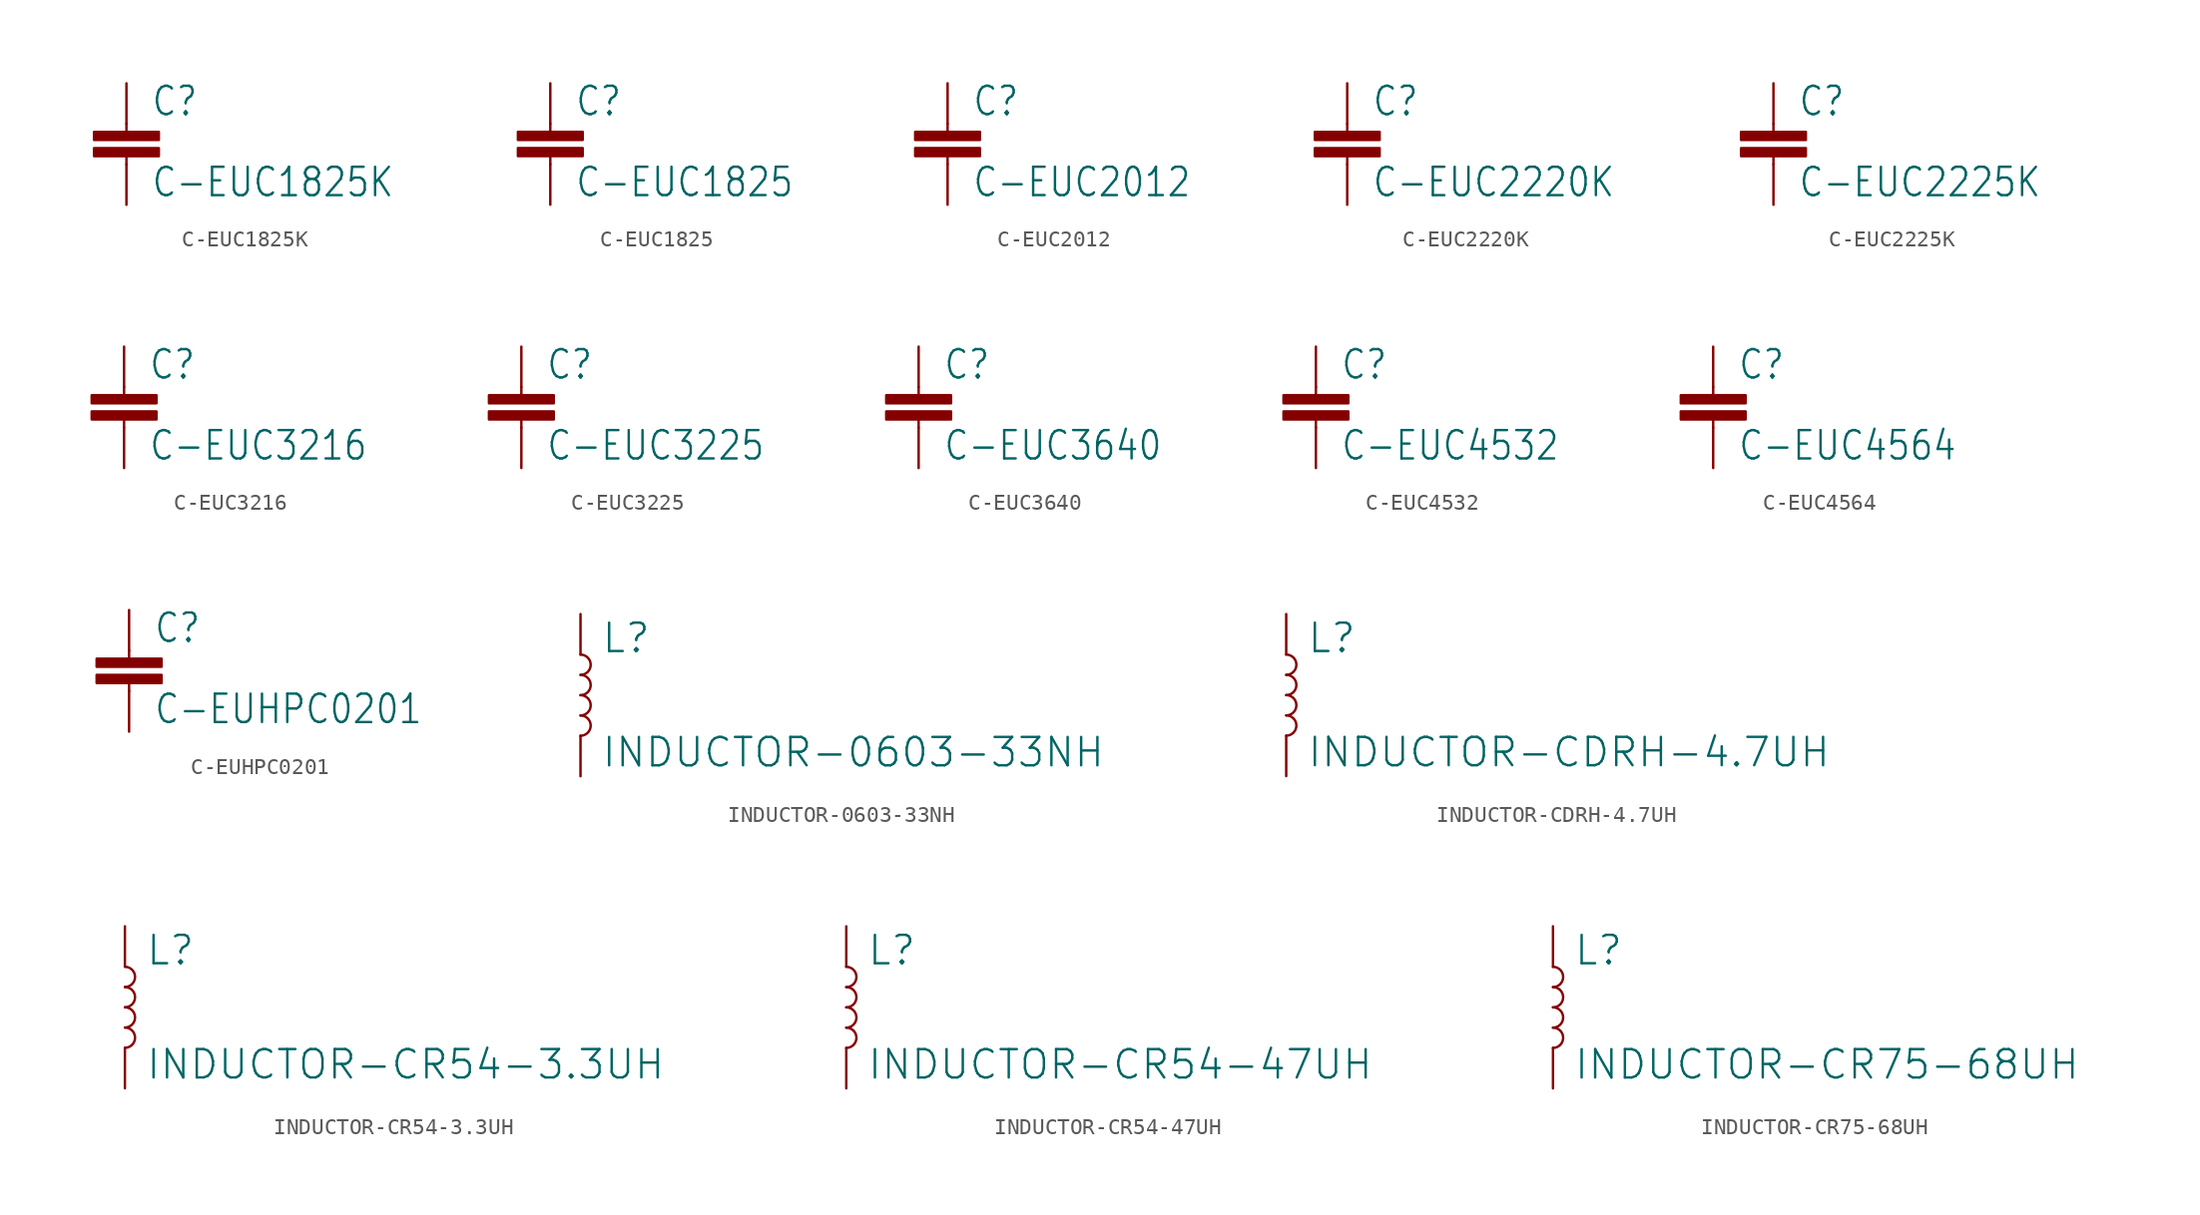
<source format=kicad_sym>
(kicad_symbol_lib
  (version 20210619)
  (generator kicad_symbol_editor)
  (symbol "C-EUC1825K"
    (property "Reference" "C"
      (at 1.524 0.381 0)
      (effects (font (size 1.778 1.511)) (justify left bottom)))
    (property "Value" "C-EUC1825K"
      (at 1.524 -4.699 0)
      (effects (font (size 1.778 1.511)) (justify left bottom)))
    (property "ki_locked" ""
      (at 0 0 0)
      (effects (font (size 1.27 1.27))))
    (symbol "C-EUC1825K_1_0"
      (rectangle (start -2.032 -2.032) (end 2.032 -1.524) (stroke (width 0)) (fill (type outline)))
      (rectangle (start -2.032 -1.016) (end 2.032 -0.508) (stroke (width 0)) (fill (type outline)))
      (polyline (pts (xy 0 -2.54) (xy 0 -2.032)) (stroke (width 0.152)) (fill (type none)))
      (polyline (pts (xy 0 0) (xy 0 -0.508)) (stroke (width 0.152)) (fill (type none)))
      (pin passive line (at 0 2.54 270) (length 2.54) (name "1" (effects (font (size 0 0)))) (number "1" (effects (font (size 0 0)))))
      (pin passive line (at 0 -5.08 90) (length 2.54) (name "2" (effects (font (size 0 0)))) (number "2" (effects (font (size 0 0)))))))
  (symbol "C-EUC1825"
    (property "Reference" "C"
      (at 1.524 0.381 0)
      (effects (font (size 1.778 1.511)) (justify left bottom)))
    (property "Value" "C-EUC1825"
      (at 1.524 -4.699 0)
      (effects (font (size 1.778 1.511)) (justify left bottom)))
    (property "ki_locked" ""
      (at 0 0 0)
      (effects (font (size 1.27 1.27))))
    (symbol "C-EUC1825_1_0"
      (rectangle (start -2.032 -2.032) (end 2.032 -1.524) (stroke (width 0)) (fill (type outline)))
      (rectangle (start -2.032 -1.016) (end 2.032 -0.508) (stroke (width 0)) (fill (type outline)))
      (polyline (pts (xy 0 -2.54) (xy 0 -2.032)) (stroke (width 0.152)) (fill (type none)))
      (polyline (pts (xy 0 0) (xy 0 -0.508)) (stroke (width 0.152)) (fill (type none)))
      (pin passive line (at 0 2.54 270) (length 2.54) (name "1" (effects (font (size 0 0)))) (number "1" (effects (font (size 0 0)))))
      (pin passive line (at 0 -5.08 90) (length 2.54) (name "2" (effects (font (size 0 0)))) (number "2" (effects (font (size 0 0)))))))
  (symbol "C-EUC2012"
    (property "Reference" "C"
      (at 1.524 0.381 0)
      (effects (font (size 1.778 1.511)) (justify left bottom)))
    (property "Value" "C-EUC2012"
      (at 1.524 -4.699 0)
      (effects (font (size 1.778 1.511)) (justify left bottom)))
    (property "ki_locked" ""
      (at 0 0 0)
      (effects (font (size 1.27 1.27))))
    (symbol "C-EUC2012_1_0"
      (rectangle (start -2.032 -2.032) (end 2.032 -1.524) (stroke (width 0)) (fill (type outline)))
      (rectangle (start -2.032 -1.016) (end 2.032 -0.508) (stroke (width 0)) (fill (type outline)))
      (polyline (pts (xy 0 -2.54) (xy 0 -2.032)) (stroke (width 0.152)) (fill (type none)))
      (polyline (pts (xy 0 0) (xy 0 -0.508)) (stroke (width 0.152)) (fill (type none)))
      (pin passive line (at 0 2.54 270) (length 2.54) (name "1" (effects (font (size 0 0)))) (number "1" (effects (font (size 0 0)))))
      (pin passive line (at 0 -5.08 90) (length 2.54) (name "2" (effects (font (size 0 0)))) (number "2" (effects (font (size 0 0)))))))
  (symbol "C-EUC2220K"
    (property "Reference" "C"
      (at 1.524 0.381 0)
      (effects (font (size 1.778 1.511)) (justify left bottom)))
    (property "Value" "C-EUC2220K"
      (at 1.524 -4.699 0)
      (effects (font (size 1.778 1.511)) (justify left bottom)))
    (property "ki_locked" ""
      (at 0 0 0)
      (effects (font (size 1.27 1.27))))
    (symbol "C-EUC2220K_1_0"
      (rectangle (start -2.032 -2.032) (end 2.032 -1.524) (stroke (width 0)) (fill (type outline)))
      (rectangle (start -2.032 -1.016) (end 2.032 -0.508) (stroke (width 0)) (fill (type outline)))
      (polyline (pts (xy 0 -2.54) (xy 0 -2.032)) (stroke (width 0.152)) (fill (type none)))
      (polyline (pts (xy 0 0) (xy 0 -0.508)) (stroke (width 0.152)) (fill (type none)))
      (pin passive line (at 0 2.54 270) (length 2.54) (name "1" (effects (font (size 0 0)))) (number "1" (effects (font (size 0 0)))))
      (pin passive line (at 0 -5.08 90) (length 2.54) (name "2" (effects (font (size 0 0)))) (number "2" (effects (font (size 0 0)))))))
  (symbol "C-EUC2225K"
    (property "Reference" "C"
      (at 1.524 0.381 0)
      (effects (font (size 1.778 1.511)) (justify left bottom)))
    (property "Value" "C-EUC2225K"
      (at 1.524 -4.699 0)
      (effects (font (size 1.778 1.511)) (justify left bottom)))
    (property "ki_locked" ""
      (at 0 0 0)
      (effects (font (size 1.27 1.27))))
    (symbol "C-EUC2225K_1_0"
      (rectangle (start -2.032 -2.032) (end 2.032 -1.524) (stroke (width 0)) (fill (type outline)))
      (rectangle (start -2.032 -1.016) (end 2.032 -0.508) (stroke (width 0)) (fill (type outline)))
      (polyline (pts (xy 0 -2.54) (xy 0 -2.032)) (stroke (width 0.152)) (fill (type none)))
      (polyline (pts (xy 0 0) (xy 0 -0.508)) (stroke (width 0.152)) (fill (type none)))
      (pin passive line (at 0 2.54 270) (length 2.54) (name "1" (effects (font (size 0 0)))) (number "1" (effects (font (size 0 0)))))
      (pin passive line (at 0 -5.08 90) (length 2.54) (name "2" (effects (font (size 0 0)))) (number "2" (effects (font (size 0 0)))))))
  (symbol "C-EUC3216"
    (property "Reference" "C"
      (at 1.524 0.381 0)
      (effects (font (size 1.778 1.511)) (justify left bottom)))
    (property "Value" "C-EUC3216"
      (at 1.524 -4.699 0)
      (effects (font (size 1.778 1.511)) (justify left bottom)))
    (property "ki_locked" ""
      (at 0 0 0)
      (effects (font (size 1.27 1.27))))
    (symbol "C-EUC3216_1_0"
      (rectangle (start -2.032 -2.032) (end 2.032 -1.524) (stroke (width 0)) (fill (type outline)))
      (rectangle (start -2.032 -1.016) (end 2.032 -0.508) (stroke (width 0)) (fill (type outline)))
      (polyline (pts (xy 0 -2.54) (xy 0 -2.032)) (stroke (width 0.152)) (fill (type none)))
      (polyline (pts (xy 0 0) (xy 0 -0.508)) (stroke (width 0.152)) (fill (type none)))
      (pin passive line (at 0 2.54 270) (length 2.54) (name "1" (effects (font (size 0 0)))) (number "1" (effects (font (size 0 0)))))
      (pin passive line (at 0 -5.08 90) (length 2.54) (name "2" (effects (font (size 0 0)))) (number "2" (effects (font (size 0 0)))))))
  (symbol "C-EUC3225"
    (property "Reference" "C"
      (at 1.524 0.381 0)
      (effects (font (size 1.778 1.511)) (justify left bottom)))
    (property "Value" "C-EUC3225"
      (at 1.524 -4.699 0)
      (effects (font (size 1.778 1.511)) (justify left bottom)))
    (property "ki_locked" ""
      (at 0 0 0)
      (effects (font (size 1.27 1.27))))
    (symbol "C-EUC3225_1_0"
      (rectangle (start -2.032 -2.032) (end 2.032 -1.524) (stroke (width 0)) (fill (type outline)))
      (rectangle (start -2.032 -1.016) (end 2.032 -0.508) (stroke (width 0)) (fill (type outline)))
      (polyline (pts (xy 0 -2.54) (xy 0 -2.032)) (stroke (width 0.152)) (fill (type none)))
      (polyline (pts (xy 0 0) (xy 0 -0.508)) (stroke (width 0.152)) (fill (type none)))
      (pin passive line (at 0 2.54 270) (length 2.54) (name "1" (effects (font (size 0 0)))) (number "1" (effects (font (size 0 0)))))
      (pin passive line (at 0 -5.08 90) (length 2.54) (name "2" (effects (font (size 0 0)))) (number "2" (effects (font (size 0 0)))))))
  (symbol "C-EUC3640"
    (property "Reference" "C"
      (at 1.524 0.381 0)
      (effects (font (size 1.778 1.511)) (justify left bottom)))
    (property "Value" "C-EUC3640"
      (at 1.524 -4.699 0)
      (effects (font (size 1.778 1.511)) (justify left bottom)))
    (property "ki_locked" ""
      (at 0 0 0)
      (effects (font (size 1.27 1.27))))
    (symbol "C-EUC3640_1_0"
      (rectangle (start -2.032 -2.032) (end 2.032 -1.524) (stroke (width 0)) (fill (type outline)))
      (rectangle (start -2.032 -1.016) (end 2.032 -0.508) (stroke (width 0)) (fill (type outline)))
      (polyline (pts (xy 0 -2.54) (xy 0 -2.032)) (stroke (width 0.152)) (fill (type none)))
      (polyline (pts (xy 0 0) (xy 0 -0.508)) (stroke (width 0.152)) (fill (type none)))
      (pin passive line (at 0 2.54 270) (length 2.54) (name "1" (effects (font (size 0 0)))) (number "1" (effects (font (size 0 0)))))
      (pin passive line (at 0 -5.08 90) (length 2.54) (name "2" (effects (font (size 0 0)))) (number "2" (effects (font (size 0 0)))))))
  (symbol "C-EUC4532"
    (property "Reference" "C"
      (at 1.524 0.381 0)
      (effects (font (size 1.778 1.511)) (justify left bottom)))
    (property "Value" "C-EUC4532"
      (at 1.524 -4.699 0)
      (effects (font (size 1.778 1.511)) (justify left bottom)))
    (property "ki_locked" ""
      (at 0 0 0)
      (effects (font (size 1.27 1.27))))
    (symbol "C-EUC4532_1_0"
      (rectangle (start -2.032 -2.032) (end 2.032 -1.524) (stroke (width 0)) (fill (type outline)))
      (rectangle (start -2.032 -1.016) (end 2.032 -0.508) (stroke (width 0)) (fill (type outline)))
      (polyline (pts (xy 0 -2.54) (xy 0 -2.032)) (stroke (width 0.152)) (fill (type none)))
      (polyline (pts (xy 0 0) (xy 0 -0.508)) (stroke (width 0.152)) (fill (type none)))
      (pin passive line (at 0 2.54 270) (length 2.54) (name "1" (effects (font (size 0 0)))) (number "1" (effects (font (size 0 0)))))
      (pin passive line (at 0 -5.08 90) (length 2.54) (name "2" (effects (font (size 0 0)))) (number "2" (effects (font (size 0 0)))))))
  (symbol "C-EUC4564"
    (property "Reference" "C"
      (at 1.524 0.381 0)
      (effects (font (size 1.778 1.511)) (justify left bottom)))
    (property "Value" "C-EUC4564"
      (at 1.524 -4.699 0)
      (effects (font (size 1.778 1.511)) (justify left bottom)))
    (property "ki_locked" ""
      (at 0 0 0)
      (effects (font (size 1.27 1.27))))
    (symbol "C-EUC4564_1_0"
      (rectangle (start -2.032 -2.032) (end 2.032 -1.524) (stroke (width 0)) (fill (type outline)))
      (rectangle (start -2.032 -1.016) (end 2.032 -0.508) (stroke (width 0)) (fill (type outline)))
      (polyline (pts (xy 0 -2.54) (xy 0 -2.032)) (stroke (width 0.152)) (fill (type none)))
      (polyline (pts (xy 0 0) (xy 0 -0.508)) (stroke (width 0.152)) (fill (type none)))
      (pin passive line (at 0 2.54 270) (length 2.54) (name "1" (effects (font (size 0 0)))) (number "1" (effects (font (size 0 0)))))
      (pin passive line (at 0 -5.08 90) (length 2.54) (name "2" (effects (font (size 0 0)))) (number "2" (effects (font (size 0 0)))))))
  (symbol "C-EUHPC0201"
    (property "Reference" "C"
      (at 1.524 0.381 0)
      (effects (font (size 1.778 1.511)) (justify left bottom)))
    (property "Value" "C-EUHPC0201"
      (at 1.524 -4.699 0)
      (effects (font (size 1.778 1.511)) (justify left bottom)))
    (property "ki_locked" ""
      (at 0 0 0)
      (effects (font (size 1.27 1.27))))
    (symbol "C-EUHPC0201_1_0"
      (rectangle (start -2.032 -2.032) (end 2.032 -1.524) (stroke (width 0)) (fill (type outline)))
      (rectangle (start -2.032 -1.016) (end 2.032 -0.508) (stroke (width 0)) (fill (type outline)))
      (polyline (pts (xy 0 -2.54) (xy 0 -2.032)) (stroke (width 0.152)) (fill (type none)))
      (polyline (pts (xy 0 0) (xy 0 -0.508)) (stroke (width 0.152)) (fill (type none)))
      (pin passive line (at 0 2.54 270) (length 2.54) (name "1" (effects (font (size 0 0)))) (number "1" (effects (font (size 0 0)))))
      (pin passive line (at 0 -5.08 90) (length 2.54) (name "2" (effects (font (size 0 0)))) (number "2" (effects (font (size 0 0)))))))
  (symbol "INDUCTOR-0603-33NH"
    (property "Reference" "L"
      (at 1.27 2.54 0)
      (effects (font (size 1.778 1.778)) (justify left bottom)))
    (property "Value" "INDUCTOR-0603-33NH"
      (at 1.27 -2.54 0)
      (effects (font (size 1.778 1.778)) (justify left top)))
    (property "ki_locked" ""
      (at 0 0 0)
      (effects (font (size 1.27 1.27))))
    (symbol "INDUCTOR-0603-33NH_1_0"
      (arc (start 0 -2.54) (end 0 -1.27) (radius (at 0 -1.905) (length 0.635) (angles -89.9 89.9)) (stroke (width 0.1524)) (fill (type none)))
      (arc (start 0 -1.27) (end 0 0) (radius (at 0 -0.635) (length 0.635) (angles -89.9 89.9)) (stroke (width 0.1524)) (fill (type none)))
      (arc (start 0 0) (end 0 1.27) (radius (at 0 0.635) (length 0.635) (angles -89.9 89.9)) (stroke (width 0.1524)) (fill (type none)))
      (arc (start 0 1.27) (end 0 2.54) (radius (at 0 1.905) (length 0.635) (angles -89.9 89.9)) (stroke (width 0.1524)) (fill (type none)))
      (pin passive line (at 0 5.08 270) (length 2.54) (name "1" (effects (font (size 0 0)))) (number "1" (effects (font (size 0 0)))))
      (pin passive line (at 0 -5.08 90) (length 2.54) (name "2" (effects (font (size 0 0)))) (number "2" (effects (font (size 0 0)))))))
  (symbol "INDUCTOR-CDRH-4.7UH"
    (property "Reference" "L"
      (at 1.27 2.54 0)
      (effects (font (size 1.778 1.778)) (justify left bottom)))
    (property "Value" "INDUCTOR-CDRH-4.7UH"
      (at 1.27 -2.54 0)
      (effects (font (size 1.778 1.778)) (justify left top)))
    (property "ki_locked" ""
      (at 0 0 0)
      (effects (font (size 1.27 1.27))))
    (symbol "INDUCTOR-CDRH-4.7UH_1_0"
      (arc (start 0 -2.54) (end 0 -1.27) (radius (at 0 -1.905) (length 0.635) (angles -89.9 89.9)) (stroke (width 0.1524)) (fill (type none)))
      (arc (start 0 -1.27) (end 0 0) (radius (at 0 -0.635) (length 0.635) (angles -89.9 89.9)) (stroke (width 0.1524)) (fill (type none)))
      (arc (start 0 0) (end 0 1.27) (radius (at 0 0.635) (length 0.635) (angles -89.9 89.9)) (stroke (width 0.1524)) (fill (type none)))
      (arc (start 0 1.27) (end 0 2.54) (radius (at 0 1.905) (length 0.635) (angles -89.9 89.9)) (stroke (width 0.1524)) (fill (type none)))
      (pin passive line (at 0 5.08 270) (length 2.54) (name "1" (effects (font (size 0 0)))) (number "P$1" (effects (font (size 0 0)))))
      (pin passive line (at 0 -5.08 90) (length 2.54) (name "2" (effects (font (size 0 0)))) (number "P$2" (effects (font (size 0 0)))))))
  (symbol "INDUCTOR-CR54-3.3UH"
    (property "Reference" "L"
      (at 1.27 2.54 0)
      (effects (font (size 1.778 1.778)) (justify left bottom)))
    (property "Value" "INDUCTOR-CR54-3.3UH"
      (at 1.27 -2.54 0)
      (effects (font (size 1.778 1.778)) (justify left top)))
    (property "ki_locked" ""
      (at 0 0 0)
      (effects (font (size 1.27 1.27))))
    (symbol "INDUCTOR-CR54-3.3UH_1_0"
      (arc (start 0 -2.54) (end 0 -1.27) (radius (at 0 -1.905) (length 0.635) (angles -89.9 89.9)) (stroke (width 0.1524)) (fill (type none)))
      (arc (start 0 -1.27) (end 0 0) (radius (at 0 -0.635) (length 0.635) (angles -89.9 89.9)) (stroke (width 0.1524)) (fill (type none)))
      (arc (start 0 0) (end 0 1.27) (radius (at 0 0.635) (length 0.635) (angles -89.9 89.9)) (stroke (width 0.1524)) (fill (type none)))
      (arc (start 0 1.27) (end 0 2.54) (radius (at 0 1.905) (length 0.635) (angles -89.9 89.9)) (stroke (width 0.1524)) (fill (type none)))
      (pin passive line (at 0 5.08 270) (length 2.54) (name "1" (effects (font (size 0 0)))) (number "P$1" (effects (font (size 0 0)))))
      (pin passive line (at 0 -5.08 90) (length 2.54) (name "2" (effects (font (size 0 0)))) (number "P$2" (effects (font (size 0 0)))))))
  (symbol "INDUCTOR-CR54-47UH"
    (property "Reference" "L"
      (at 1.27 2.54 0)
      (effects (font (size 1.778 1.778)) (justify left bottom)))
    (property "Value" "INDUCTOR-CR54-47UH"
      (at 1.27 -2.54 0)
      (effects (font (size 1.778 1.778)) (justify left top)))
    (property "ki_locked" ""
      (at 0 0 0)
      (effects (font (size 1.27 1.27))))
    (symbol "INDUCTOR-CR54-47UH_1_0"
      (arc (start 0 -2.54) (end 0 -1.27) (radius (at 0 -1.905) (length 0.635) (angles -89.9 89.9)) (stroke (width 0.1524)) (fill (type none)))
      (arc (start 0 -1.27) (end 0 0) (radius (at 0 -0.635) (length 0.635) (angles -89.9 89.9)) (stroke (width 0.1524)) (fill (type none)))
      (arc (start 0 0) (end 0 1.27) (radius (at 0 0.635) (length 0.635) (angles -89.9 89.9)) (stroke (width 0.1524)) (fill (type none)))
      (arc (start 0 1.27) (end 0 2.54) (radius (at 0 1.905) (length 0.635) (angles -89.9 89.9)) (stroke (width 0.1524)) (fill (type none)))
      (pin passive line (at 0 5.08 270) (length 2.54) (name "1" (effects (font (size 0 0)))) (number "P$1" (effects (font (size 0 0)))))
      (pin passive line (at 0 -5.08 90) (length 2.54) (name "2" (effects (font (size 0 0)))) (number "P$2" (effects (font (size 0 0)))))))
  (symbol "INDUCTOR-CR75-68UH"
    (property "Reference" "L"
      (at 1.27 2.54 0)
      (effects (font (size 1.778 1.778)) (justify left bottom)))
    (property "Value" "INDUCTOR-CR75-68UH"
      (at 1.27 -2.54 0)
      (effects (font (size 1.778 1.778)) (justify left top)))
    (property "ki_locked" ""
      (at 0 0 0)
      (effects (font (size 1.27 1.27))))
    (symbol "INDUCTOR-CR75-68UH_1_0"
      (arc (start 0 -2.54) (end 0 -1.27) (radius (at 0 -1.905) (length 0.635) (angles -89.9 89.9)) (stroke (width 0.1524)) (fill (type none)))
      (arc (start 0 -1.27) (end 0 0) (radius (at 0 -0.635) (length 0.635) (angles -89.9 89.9)) (stroke (width 0.1524)) (fill (type none)))
      (arc (start 0 0) (end 0 1.27) (radius (at 0 0.635) (length 0.635) (angles -89.9 89.9)) (stroke (width 0.1524)) (fill (type none)))
      (arc (start 0 1.27) (end 0 2.54) (radius (at 0 1.905) (length 0.635) (angles -89.9 89.9)) (stroke (width 0.1524)) (fill (type none)))
      (pin passive line (at 0 5.08 270) (length 2.54) (name "1" (effects (font (size 0 0)))) (number "P$1" (effects (font (size 0 0)))))
      (pin passive line (at 0 -5.08 90) (length 2.54) (name "2" (effects (font (size 0 0)))) (number "P$2" (effects (font (size 0 0))))))))
</source>
